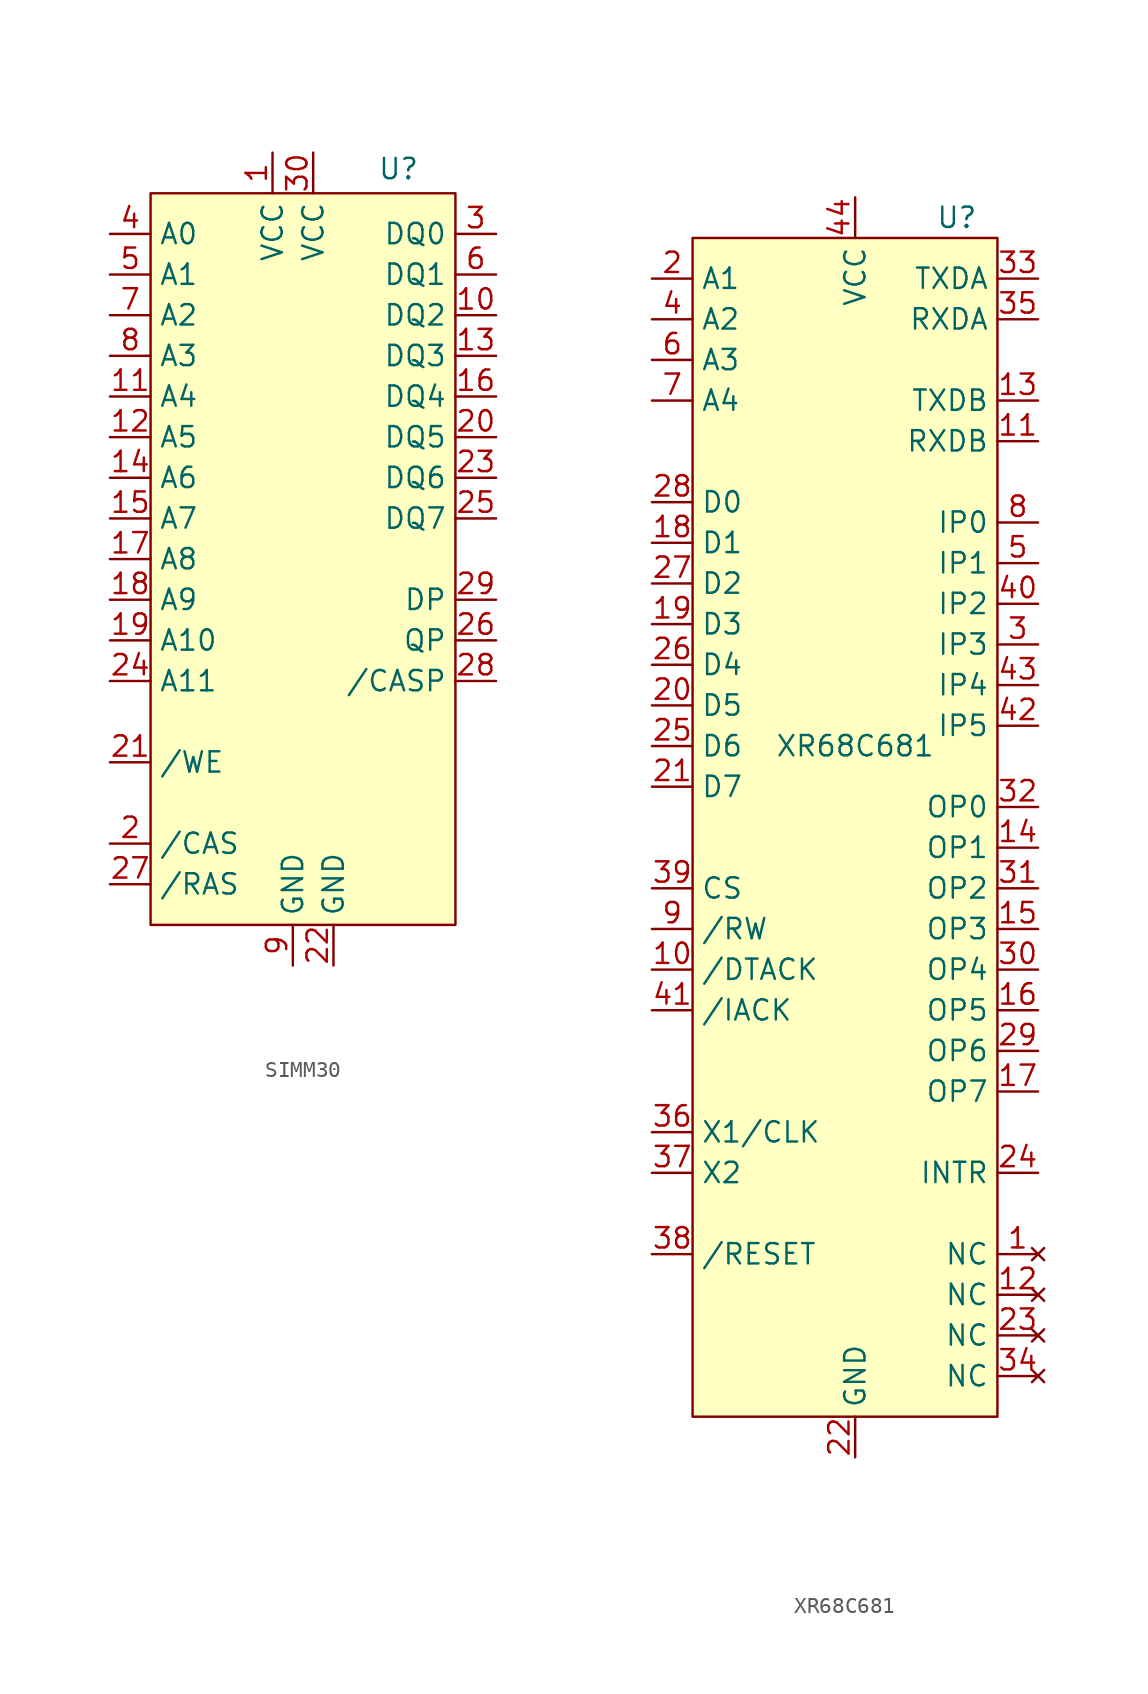
<source format=kicad_sym>
(kicad_symbol_lib
  (version 20231120)
  (generator "kicad_symbol_editor")
  (generator_version "8.0")
  (symbol "SIMM30"
    (property "Reference" "U"
      (at 5.334 24.384 0)
      (effects (font (size 1.27 1.27))))
    (property "Value" ""
      (at 5.334 24.384 0)
      (effects (font (size 1.27 1.27))))
    (symbol "SIMM30_1_1"
      (rectangle (start -10.16 22.86) (end 8.89 -22.86) (stroke (width 0) (type default)) (fill (type background)))
      (pin power_in line (at -2.54 25.4 270) (length 2.54) (name "VCC" (effects (font (size 1.27 1.27)))) (number "1" (effects (font (size 1.27 1.27)))))
      (pin bidirectional line (at 11.43 15.24 180) (length 2.54) (name "DQ2" (effects (font (size 1.27 1.27)))) (number "10" (effects (font (size 1.27 1.27)))))
      (pin input line (at -12.7 10.16 0) (length 2.54) (name "A4" (effects (font (size 1.27 1.27)))) (number "11" (effects (font (size 1.27 1.27)))))
      (pin input line (at -12.7 7.62 0) (length 2.54) (name "A5" (effects (font (size 1.27 1.27)))) (number "12" (effects (font (size 1.27 1.27)))))
      (pin bidirectional line (at 11.43 12.7 180) (length 2.54) (name "DQ3" (effects (font (size 1.27 1.27)))) (number "13" (effects (font (size 1.27 1.27)))))
      (pin input line (at -12.7 5.08 0) (length 2.54) (name "A6" (effects (font (size 1.27 1.27)))) (number "14" (effects (font (size 1.27 1.27)))))
      (pin input line (at -12.7 2.54 0) (length 2.54) (name "A7" (effects (font (size 1.27 1.27)))) (number "15" (effects (font (size 1.27 1.27)))))
      (pin bidirectional line (at 11.43 10.16 180) (length 2.54) (name "DQ4" (effects (font (size 1.27 1.27)))) (number "16" (effects (font (size 1.27 1.27)))))
      (pin input line (at -12.7 0 0) (length 2.54) (name "A8" (effects (font (size 1.27 1.27)))) (number "17" (effects (font (size 1.27 1.27)))))
      (pin input line (at -12.7 -2.54 0) (length 2.54) (name "A9" (effects (font (size 1.27 1.27)))) (number "18" (effects (font (size 1.27 1.27)))))
      (pin input line (at -12.7 -5.08 0) (length 2.54) (name "A10" (effects (font (size 1.27 1.27)))) (number "19" (effects (font (size 1.27 1.27)))))
      (pin input line (at -12.7 -17.78 0) (length 2.54) (name "/CAS" (effects (font (size 1.27 1.27)))) (number "2" (effects (font (size 1.27 1.27)))))
      (pin bidirectional line (at 11.43 7.62 180) (length 2.54) (name "DQ5" (effects (font (size 1.27 1.27)))) (number "20" (effects (font (size 1.27 1.27)))))
      (pin input line (at -12.7 -12.7 0) (length 2.54) (name "/WE" (effects (font (size 1.27 1.27)))) (number "21" (effects (font (size 1.27 1.27)))))
      (pin power_in line (at 1.27 -25.4 90) (length 2.54) (name "GND" (effects (font (size 1.27 1.27)))) (number "22" (effects (font (size 1.27 1.27)))))
      (pin bidirectional line (at 11.43 5.08 180) (length 2.54) (name "DQ6" (effects (font (size 1.27 1.27)))) (number "23" (effects (font (size 1.27 1.27)))))
      (pin input line (at -12.7 -7.62 0) (length 2.54) (name "A11" (effects (font (size 1.27 1.27)))) (number "24" (effects (font (size 1.27 1.27)))))
      (pin bidirectional line (at 11.43 2.54 180) (length 2.54) (name "DQ7" (effects (font (size 1.27 1.27)))) (number "25" (effects (font (size 1.27 1.27)))))
      (pin output line (at 11.43 -5.08 180) (length 2.54) (name "QP" (effects (font (size 1.27 1.27)))) (number "26" (effects (font (size 1.27 1.27)))))
      (pin input line (at -12.7 -20.32 0) (length 2.54) (name "/RAS" (effects (font (size 1.27 1.27)))) (number "27" (effects (font (size 1.27 1.27)))))
      (pin input line (at 11.43 -7.62 180) (length 2.54) (name "/CASP" (effects (font (size 1.27 1.27)))) (number "28" (effects (font (size 1.27 1.27)))))
      (pin input line (at 11.43 -2.54 180) (length 2.54) (name "DP" (effects (font (size 1.27 1.27)))) (number "29" (effects (font (size 1.27 1.27)))))
      (pin bidirectional line (at 11.43 20.32 180) (length 2.54) (name "DQ0" (effects (font (size 1.27 1.27)))) (number "3" (effects (font (size 1.27 1.27)))))
      (pin power_in line (at 0 25.4 270) (length 2.54) (name "VCC" (effects (font (size 1.27 1.27)))) (number "30" (effects (font (size 1.27 1.27)))))
      (pin input line (at -12.7 20.32 0) (length 2.54) (name "A0" (effects (font (size 1.27 1.27)))) (number "4" (effects (font (size 1.27 1.27)))))
      (pin input line (at -12.7 17.78 0) (length 2.54) (name "A1" (effects (font (size 1.27 1.27)))) (number "5" (effects (font (size 1.27 1.27)))))
      (pin bidirectional line (at 11.43 17.78 180) (length 2.54) (name "DQ1" (effects (font (size 1.27 1.27)))) (number "6" (effects (font (size 1.27 1.27)))))
      (pin input line (at -12.7 15.24 0) (length 2.54) (name "A2" (effects (font (size 1.27 1.27)))) (number "7" (effects (font (size 1.27 1.27)))))
      (pin input line (at -12.7 12.7 0) (length 2.54) (name "A3" (effects (font (size 1.27 1.27)))) (number "8" (effects (font (size 1.27 1.27)))))
      (pin power_in line (at -1.27 -25.4 90) (length 2.54) (name "GND" (effects (font (size 1.27 1.27)))) (number "9" (effects (font (size 1.27 1.27)))))))
  (symbol "XR68C681"
    (property "Reference" "U"
      (at 6.35 33.02 0)
      (effects (font (size 1.27 1.27))))
    (property "Value" "XR68C681"
      (at 0 0 0)
      (effects (font (size 1.27 1.27))))
    (symbol "XR68C681_0_1"
      (rectangle (start -10.16 31.75) (end 8.89 -41.91) (stroke (width 0) (type default)) (fill (type background))))
    (symbol "XR68C681_1_1"
      (pin no_connect line (at 11.43 -31.75 180) (length 2.54) (name "NC" (effects (font (size 1.27 1.27)))) (number "1" (effects (font (size 1.27 1.27)))))
      (pin output line (at -12.7 -13.97 0) (length 2.54) (name "/DTACK" (effects (font (size 1.27 1.27)))) (number "10" (effects (font (size 1.27 1.27)))))
      (pin output line (at 11.43 19.05 180) (length 2.54) (name "RXDB" (effects (font (size 1.27 1.27)))) (number "11" (effects (font (size 1.27 1.27)))))
      (pin no_connect line (at 11.43 -34.29 180) (length 2.54) (name "NC" (effects (font (size 1.27 1.27)))) (number "12" (effects (font (size 1.27 1.27)))))
      (pin input line (at 11.43 21.59 180) (length 2.54) (name "TXDB" (effects (font (size 1.27 1.27)))) (number "13" (effects (font (size 1.27 1.27)))))
      (pin output line (at 11.43 -6.35 180) (length 2.54) (name "OP1" (effects (font (size 1.27 1.27)))) (number "14" (effects (font (size 1.27 1.27)))))
      (pin output line (at 11.43 -11.43 180) (length 2.54) (name "OP3" (effects (font (size 1.27 1.27)))) (number "15" (effects (font (size 1.27 1.27)))))
      (pin output line (at 11.43 -16.51 180) (length 2.54) (name "OP5" (effects (font (size 1.27 1.27)))) (number "16" (effects (font (size 1.27 1.27)))))
      (pin output line (at 11.43 -21.59 180) (length 2.54) (name "OP7" (effects (font (size 1.27 1.27)))) (number "17" (effects (font (size 1.27 1.27)))))
      (pin bidirectional line (at -12.7 12.7 0) (length 2.54) (name "D1" (effects (font (size 1.27 1.27)))) (number "18" (effects (font (size 1.27 1.27)))))
      (pin bidirectional line (at -12.7 7.62 0) (length 2.54) (name "D3" (effects (font (size 1.27 1.27)))) (number "19" (effects (font (size 1.27 1.27)))))
      (pin input line (at -12.7 29.21 0) (length 2.54) (name "A1" (effects (font (size 1.27 1.27)))) (number "2" (effects (font (size 1.27 1.27)))))
      (pin bidirectional line (at -12.7 2.54 0) (length 2.54) (name "D5" (effects (font (size 1.27 1.27)))) (number "20" (effects (font (size 1.27 1.27)))))
      (pin bidirectional line (at -12.7 -2.54 0) (length 2.54) (name "D7" (effects (font (size 1.27 1.27)))) (number "21" (effects (font (size 1.27 1.27)))))
      (pin power_in line (at 0 -44.45 90) (length 2.54) (name "GND" (effects (font (size 1.27 1.27)))) (number "22" (effects (font (size 1.27 1.27)))))
      (pin no_connect line (at 11.43 -36.83 180) (length 2.54) (name "NC" (effects (font (size 1.27 1.27)))) (number "23" (effects (font (size 1.27 1.27)))))
      (pin output line (at 11.43 -26.67 180) (length 2.54) (name "INTR" (effects (font (size 1.27 1.27)))) (number "24" (effects (font (size 1.27 1.27)))))
      (pin bidirectional line (at -12.7 0 0) (length 2.54) (name "D6" (effects (font (size 1.27 1.27)))) (number "25" (effects (font (size 1.27 1.27)))))
      (pin bidirectional line (at -12.7 5.08 0) (length 2.54) (name "D4" (effects (font (size 1.27 1.27)))) (number "26" (effects (font (size 1.27 1.27)))))
      (pin bidirectional line (at -12.7 10.16 0) (length 2.54) (name "D2" (effects (font (size 1.27 1.27)))) (number "27" (effects (font (size 1.27 1.27)))))
      (pin bidirectional line (at -12.7 15.24 0) (length 2.54) (name "D0" (effects (font (size 1.27 1.27)))) (number "28" (effects (font (size 1.27 1.27)))))
      (pin output line (at 11.43 -19.05 180) (length 2.54) (name "OP6" (effects (font (size 1.27 1.27)))) (number "29" (effects (font (size 1.27 1.27)))))
      (pin input line (at 11.43 6.35 180) (length 2.54) (name "IP3" (effects (font (size 1.27 1.27)))) (number "3" (effects (font (size 1.27 1.27)))))
      (pin output line (at 11.43 -13.97 180) (length 2.54) (name "OP4" (effects (font (size 1.27 1.27)))) (number "30" (effects (font (size 1.27 1.27)))))
      (pin output line (at 11.43 -8.89 180) (length 2.54) (name "OP2" (effects (font (size 1.27 1.27)))) (number "31" (effects (font (size 1.27 1.27)))))
      (pin output line (at 11.43 -3.81 180) (length 2.54) (name "OP0" (effects (font (size 1.27 1.27)))) (number "32" (effects (font (size 1.27 1.27)))))
      (pin input line (at 11.43 29.21 180) (length 2.54) (name "TXDA" (effects (font (size 1.27 1.27)))) (number "33" (effects (font (size 1.27 1.27)))))
      (pin no_connect line (at 11.43 -39.37 180) (length 2.54) (name "NC" (effects (font (size 1.27 1.27)))) (number "34" (effects (font (size 1.27 1.27)))))
      (pin output line (at 11.43 26.67 180) (length 2.54) (name "RXDA" (effects (font (size 1.27 1.27)))) (number "35" (effects (font (size 1.27 1.27)))))
      (pin input line (at -12.7 -24.13 0) (length 2.54) (name "X1/CLK" (effects (font (size 1.27 1.27)))) (number "36" (effects (font (size 1.27 1.27)))))
      (pin input line (at -12.7 -26.67 0) (length 2.54) (name "X2" (effects (font (size 1.27 1.27)))) (number "37" (effects (font (size 1.27 1.27)))))
      (pin input line (at -12.7 -31.75 0) (length 2.54) (name "/RESET" (effects (font (size 1.27 1.27)))) (number "38" (effects (font (size 1.27 1.27)))))
      (pin input line (at -12.7 -8.89 0) (length 2.54) (name "CS" (effects (font (size 1.27 1.27)))) (number "39" (effects (font (size 1.27 1.27)))))
      (pin input line (at -12.7 26.67 0) (length 2.54) (name "A2" (effects (font (size 1.27 1.27)))) (number "4" (effects (font (size 1.27 1.27)))))
      (pin input line (at 11.43 8.89 180) (length 2.54) (name "IP2" (effects (font (size 1.27 1.27)))) (number "40" (effects (font (size 1.27 1.27)))))
      (pin input line (at -12.7 -16.51 0) (length 2.54) (name "/IACK" (effects (font (size 1.27 1.27)))) (number "41" (effects (font (size 1.27 1.27)))))
      (pin input line (at 11.43 1.27 180) (length 2.54) (name "IP5" (effects (font (size 1.27 1.27)))) (number "42" (effects (font (size 1.27 1.27)))))
      (pin input line (at 11.43 3.81 180) (length 2.54) (name "IP4" (effects (font (size 1.27 1.27)))) (number "43" (effects (font (size 1.27 1.27)))))
      (pin power_in line (at 0 34.29 270) (length 2.54) (name "VCC" (effects (font (size 1.27 1.27)))) (number "44" (effects (font (size 1.27 1.27)))))
      (pin input line (at 11.43 11.43 180) (length 2.54) (name "IP1" (effects (font (size 1.27 1.27)))) (number "5" (effects (font (size 1.27 1.27)))))
      (pin input line (at -12.7 24.13 0) (length 2.54) (name "A3" (effects (font (size 1.27 1.27)))) (number "6" (effects (font (size 1.27 1.27)))))
      (pin input line (at -12.7 21.59 0) (length 2.54) (name "A4" (effects (font (size 1.27 1.27)))) (number "7" (effects (font (size 1.27 1.27)))))
      (pin input line (at 11.43 13.97 180) (length 2.54) (name "IP0" (effects (font (size 1.27 1.27)))) (number "8" (effects (font (size 1.27 1.27)))))
      (pin input line (at -12.7 -11.43 0) (length 2.54) (name "/RW" (effects (font (size 1.27 1.27)))) (number "9" (effects (font (size 1.27 1.27))))))))
</source>
